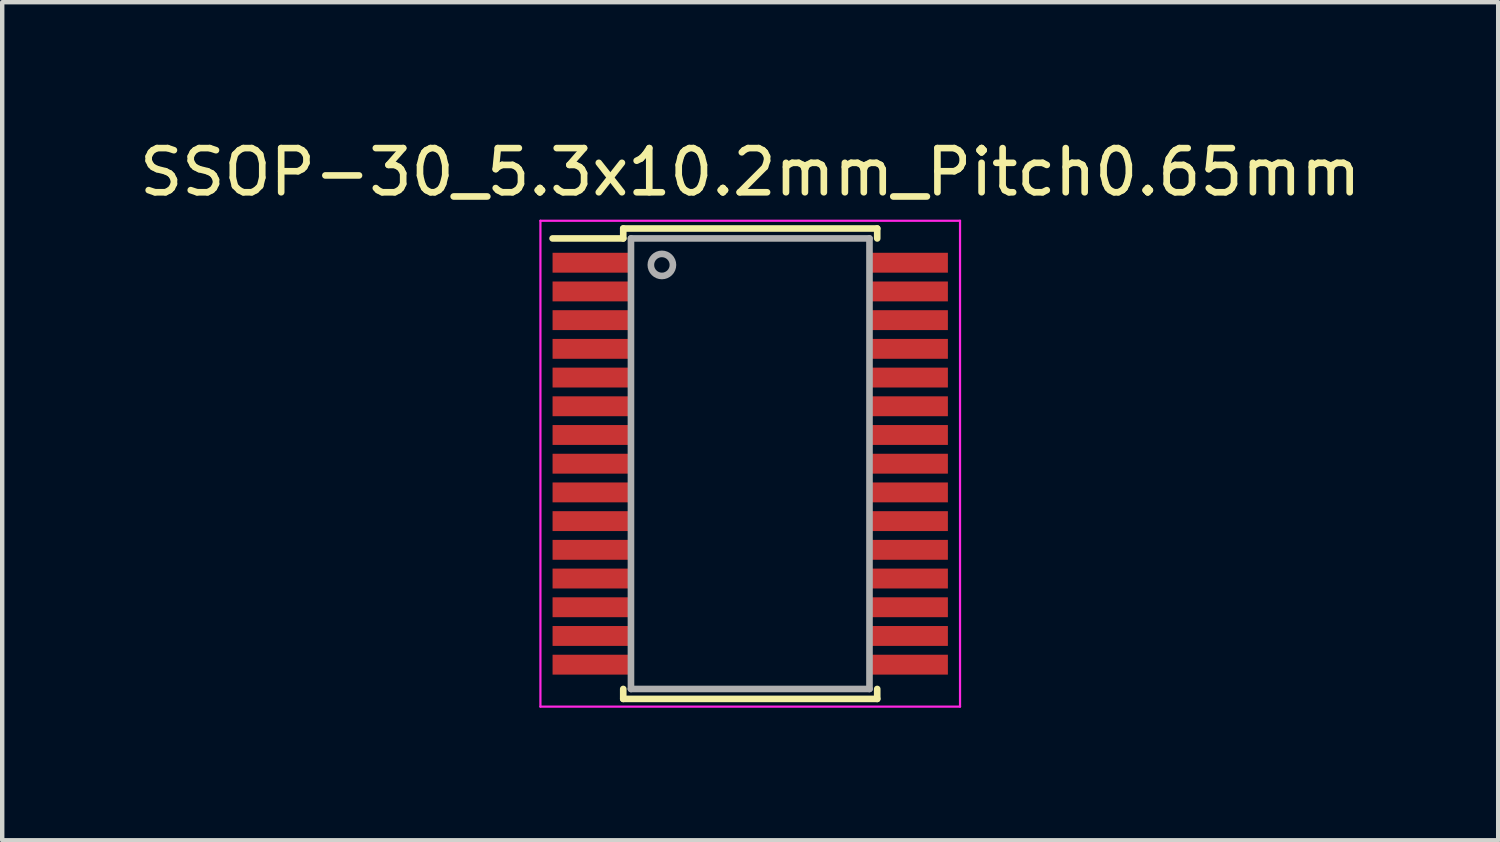
<source format=kicad_pcb>
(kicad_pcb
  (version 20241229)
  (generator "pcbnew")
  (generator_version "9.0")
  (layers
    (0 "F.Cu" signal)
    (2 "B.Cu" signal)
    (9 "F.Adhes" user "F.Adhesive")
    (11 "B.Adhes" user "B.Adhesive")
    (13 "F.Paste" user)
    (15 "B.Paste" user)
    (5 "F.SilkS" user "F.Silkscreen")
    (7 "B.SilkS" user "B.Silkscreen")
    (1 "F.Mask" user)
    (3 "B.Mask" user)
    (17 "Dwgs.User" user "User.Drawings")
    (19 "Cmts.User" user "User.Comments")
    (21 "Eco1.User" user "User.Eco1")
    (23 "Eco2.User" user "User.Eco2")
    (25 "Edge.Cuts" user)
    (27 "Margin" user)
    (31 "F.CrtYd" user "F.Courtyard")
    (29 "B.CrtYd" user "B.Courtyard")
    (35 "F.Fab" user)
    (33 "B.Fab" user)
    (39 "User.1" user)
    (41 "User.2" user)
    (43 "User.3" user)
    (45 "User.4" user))
  (footprint "SSOP-30_5.3x10.2mm_Pitch0.65mm"
    (layer "F.Cu")
    (at 13.935 7.448)
    (property "Reference" "SSOP-30_5.3x10.2mm_Pitch0.65mm" (at 0 -6.6 0) (layer "F.SilkS") (effects (font (size 1 1) (thickness 0.15))))
    (attr smd)
    (fp_line (start -2.875 -5.325) (end -2.875 -5.1) (stroke (width 0.15) (type solid)) (layer "F.SilkS"))
    (fp_line (start -2.875 -5.325) (end 2.875 -5.325) (stroke (width 0.15) (type solid)) (layer "F.SilkS"))
    (fp_line (start -2.875 -5.1) (end -4.475 -5.1) (stroke (width 0.15) (type solid)) (layer "F.SilkS"))
    (fp_line (start -2.875 5.325) (end -2.875 5.1) (stroke (width 0.15) (type solid)) (layer "F.SilkS"))
    (fp_line (start -2.875 5.325) (end 2.875 5.325) (stroke (width 0.15) (type solid)) (layer "F.SilkS"))
    (fp_line (start 2.875 -5.325) (end 2.875 -5.1) (stroke (width 0.15) (type solid)) (layer "F.SilkS"))
    (fp_line (start 2.875 5.325) (end 2.875 5.1) (stroke (width 0.15) (type solid)) (layer "F.SilkS"))
    (fp_line (start -4.75 -5.5) (end -4.75 5.5) (stroke (width 0.05) (type solid)) (layer "F.CrtYd"))
    (fp_line (start -4.75 -5.5) (end 4.75 -5.5) (stroke (width 0.05) (type solid)) (layer "F.CrtYd"))
    (fp_line (start -4.75 5.5) (end 4.75 5.5) (stroke (width 0.05) (type solid)) (layer "F.CrtYd"))
    (fp_line (start 4.75 -5.5) (end 4.75 5.5) (stroke (width 0.05) (type solid)) (layer "F.CrtYd"))
    (fp_line (start -2.7 -5.1) (end 2.7 -5.1) (stroke (width 0.15) (type solid)) (layer "F.Fab"))
    (fp_line (start -2.7 5.1) (end -2.7 -5.1) (stroke (width 0.15) (type solid)) (layer "F.Fab"))
    (fp_line (start -2.7 5.1) (end 2.7 5.1) (stroke (width 0.15) (type solid)) (layer "F.Fab"))
    (fp_line (start 2.7 -5.1) (end 2.7 5.1) (stroke (width 0.15) (type solid)) (layer "F.Fab"))
    (fp_circle (center -2 -4.5) (end -2.25 -4.5) (stroke (width 0.15) (type solid)) (fill no) (layer "F.Fab"))
    (pad "1" smd rect (at -3.6 -4.55) (size 1.75 0.45) (layers "F.Cu" "F.Mask" "F.Paste"))
    (pad "2" smd rect (at -3.6 -3.9) (size 1.75 0.45) (layers "F.Cu" "F.Mask" "F.Paste"))
    (pad "3" smd rect (at -3.6 -3.25) (size 1.75 0.45) (layers "F.Cu" "F.Mask" "F.Paste"))
    (pad "4" smd rect (at -3.6 -2.6) (size 1.75 0.45) (layers "F.Cu" "F.Mask" "F.Paste"))
    (pad "5" smd rect (at -3.6 -1.95) (size 1.75 0.45) (layers "F.Cu" "F.Mask" "F.Paste"))
    (pad "6" smd rect (at -3.6 -1.3) (size 1.75 0.45) (layers "F.Cu" "F.Mask" "F.Paste"))
    (pad "7" smd rect (at -3.6 -0.65) (size 1.75 0.45) (layers "F.Cu" "F.Mask" "F.Paste"))
    (pad "8" smd rect (at -3.6 0) (size 1.75 0.45) (layers "F.Cu" "F.Mask" "F.Paste"))
    (pad "9" smd rect (at -3.6 0.65) (size 1.75 0.45) (layers "F.Cu" "F.Mask" "F.Paste"))
    (pad "10" smd rect (at -3.6 1.3) (size 1.75 0.45) (layers "F.Cu" "F.Mask" "F.Paste"))
    (pad "11" smd rect (at -3.6 1.95) (size 1.75 0.45) (layers "F.Cu" "F.Mask" "F.Paste"))
    (pad "12" smd rect (at -3.6 2.6) (size 1.75 0.45) (layers "F.Cu" "F.Mask" "F.Paste"))
    (pad "13" smd rect (at -3.6 3.25) (size 1.75 0.45) (layers "F.Cu" "F.Mask" "F.Paste"))
    (pad "14" smd rect (at -3.6 3.9) (size 1.75 0.45) (layers "F.Cu" "F.Mask" "F.Paste"))
    (pad "15" smd rect (at -3.6 4.55) (size 1.75 0.45) (layers "F.Cu" "F.Mask" "F.Paste"))
    (pad "16" smd rect (at 3.6 -4.55) (size 1.75 0.45) (layers "F.Cu" "F.Mask" "F.Paste"))
    (pad "17" smd rect (at 3.6 -3.9) (size 1.75 0.45) (layers "F.Cu" "F.Mask" "F.Paste"))
    (pad "18" smd rect (at 3.6 -3.25) (size 1.75 0.45) (layers "F.Cu" "F.Mask" "F.Paste"))
    (pad "19" smd rect (at 3.6 -2.6) (size 1.75 0.45) (layers "F.Cu" "F.Mask" "F.Paste"))
    (pad "20" smd rect (at 3.6 -1.95) (size 1.75 0.45) (layers "F.Cu" "F.Mask" "F.Paste"))
    (pad "21" smd rect (at 3.6 -1.3) (size 1.75 0.45) (layers "F.Cu" "F.Mask" "F.Paste"))
    (pad "22" smd rect (at 3.6 -0.65) (size 1.75 0.45) (layers "F.Cu" "F.Mask" "F.Paste"))
    (pad "23" smd rect (at 3.6 0) (size 1.75 0.45) (layers "F.Cu" "F.Mask" "F.Paste"))
    (pad "24" smd rect (at 3.6 0.65) (size 1.75 0.45) (layers "F.Cu" "F.Mask" "F.Paste"))
    (pad "25" smd rect (at 3.6 1.3) (size 1.75 0.45) (layers "F.Cu" "F.Mask" "F.Paste"))
    (pad "26" smd rect (at 3.6 1.95) (size 1.75 0.45) (layers "F.Cu" "F.Mask" "F.Paste"))
    (pad "27" smd rect (at 3.6 2.6) (size 1.75 0.45) (layers "F.Cu" "F.Mask" "F.Paste"))
    (pad "28" smd rect (at 3.6 3.25) (size 1.75 0.45) (layers "F.Cu" "F.Mask" "F.Paste"))
    (pad "29" smd rect (at 3.6 3.9) (size 1.75 0.45) (layers "F.Cu" "F.Mask" "F.Paste"))
    (pad "30" smd rect (at 3.6 4.55) (size 1.75 0.45) (layers "F.Cu" "F.Mask" "F.Paste")))
  (gr_rect
    (start -3 -3)
    (end 30.869 15.973)
    (stroke (width 0.1) (type default))
    (fill no)
    (layer "Edge.Cuts")))
</source>
